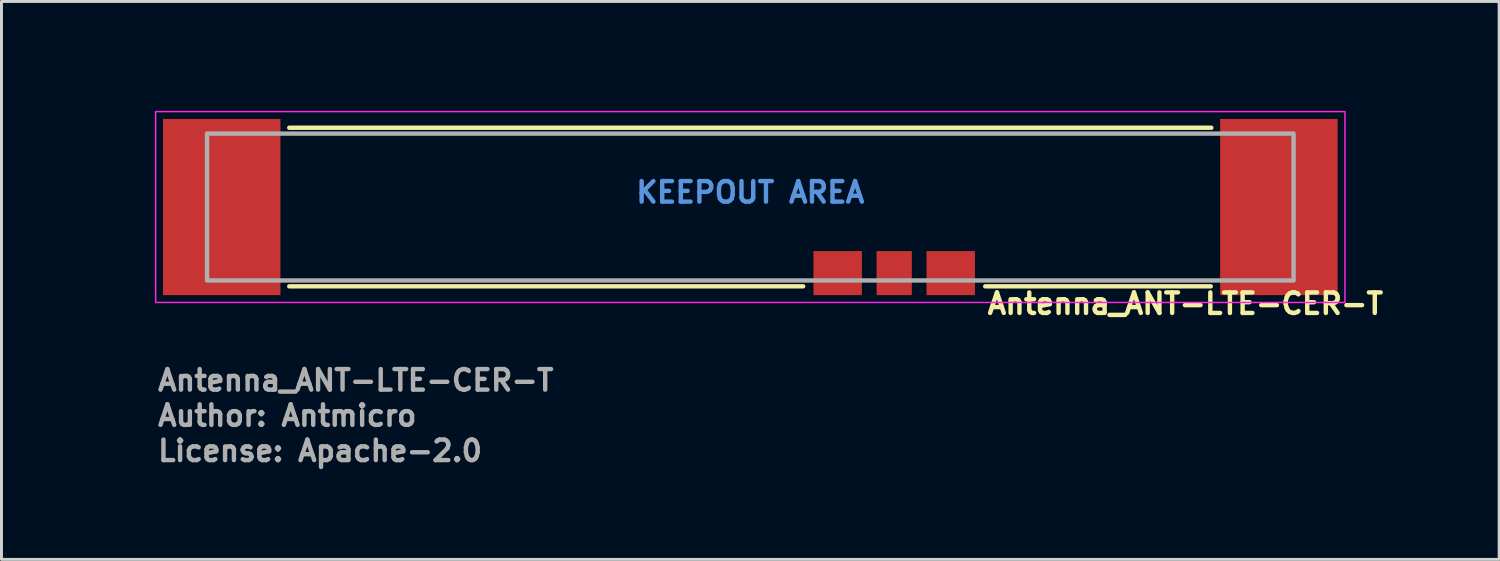
<source format=kicad_pcb>
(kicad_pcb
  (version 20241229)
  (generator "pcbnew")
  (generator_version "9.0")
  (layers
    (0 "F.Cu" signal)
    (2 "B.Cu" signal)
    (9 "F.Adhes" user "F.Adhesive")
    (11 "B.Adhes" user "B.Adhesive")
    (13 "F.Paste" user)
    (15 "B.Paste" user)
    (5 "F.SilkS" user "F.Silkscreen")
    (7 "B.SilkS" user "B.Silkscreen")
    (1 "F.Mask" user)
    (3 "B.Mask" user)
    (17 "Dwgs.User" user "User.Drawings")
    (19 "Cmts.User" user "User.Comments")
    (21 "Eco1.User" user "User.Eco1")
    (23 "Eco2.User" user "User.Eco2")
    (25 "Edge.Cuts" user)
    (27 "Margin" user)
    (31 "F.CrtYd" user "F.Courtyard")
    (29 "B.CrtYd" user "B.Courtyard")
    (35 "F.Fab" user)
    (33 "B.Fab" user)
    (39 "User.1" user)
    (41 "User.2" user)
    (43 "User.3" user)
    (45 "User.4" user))
  (footprint "Antenna_ANT-LTE-CER-T"
    (layer "F.Cu")
    (at 22.5 4)
    (property "Reference" "Antenna_ANT-LTE-CER-T" (at 8 3.7 0) (layer "F.SilkS") (effects (font (size 0.7 0.7) (thickness 0.15)) (justify left bottom)))
    (attr smd)
    (fp_line (start -15.7 -2.7) (end 15.7 -2.7) (stroke (width 0.15) (type solid)) (layer "F.SilkS"))
    (fp_line (start -15.7 2.7) (end 1.8 2.7) (stroke (width 0.15) (type solid)) (layer "F.SilkS"))
    (fp_line (start 15.68 2.7) (end 8 2.7) (stroke (width 0.15) (type solid)) (layer "F.SilkS"))
    (fp_rect (start -20.25 -3.25) (end 20.25 3.25) (stroke (width 0.05) (type solid)) (fill no) (layer "F.CrtYd"))
    (fp_rect (start -18.5 -2.5) (end 18.5 2.5) (stroke (width 0.15) (type solid)) (fill no) (layer "F.Fab"))
    (fp_rect (start -18.5 -2.5) (end 18.5 2.5) (stroke (width 0.15) (type solid)) (fill no) (layer "User.5"))
    (fp_rect (start -18.5 -2.5) (end 18.5 2.5) (stroke (width 0.02) (type solid)) (fill no) (layer "User.9"))
    (fp_text user "KEEPOUT AREA" (at 0 -0.5 0) (unlocked yes) (layer "Cmts.User") (effects (font (size 0.7 0.7) (thickness 0.15))))
    (fp_text user "${REFERENCE}" (at -20.25 6.311 0) (layer "F.Fab") (effects (font (size 0.7 0.7) (thickness 0.15)) (justify left bottom)))
    (fp_text user "Author: Antmicro" (at -20.25 7.511 0) (layer "F.Fab") (effects (font (size 0.7 0.7) (thickness 0.15)) (justify left bottom)))
    (fp_text user "License: Apache-2.0" (at -20.25 8.711 0) (layer "F.Fab") (effects (font (size 0.7 0.7) (thickness 0.15)) (justify left bottom)))
    (pad "1" smd rect (at 4.9 2.25) (size 1.2 1.5) (layers "F.Cu" "F.Mask" "F.Paste"))
    (pad "2" smd rect (at 2.975 2.25) (size 1.65 1.5) (layers "F.Cu" "F.Mask" "F.Paste"))
    (pad "3" smd rect (at 6.825 2.25) (size 1.65 1.5) (layers "F.Cu" "F.Mask" "F.Paste"))
    (pad "MP1" smd rect (at -18 0) (size 4 6) (layers "F.Cu" "F.Mask" "F.Paste"))
    (pad "MP2" smd rect (at 18 0) (size 4 6) (layers "F.Cu" "F.Mask" "F.Paste"))
    (zone (net_name "") (layers "F.Cu" "B.Cu") (name "KEEPOUT") (hatch edge 0.508) (connect_pads) (min_thickness 0.254) (filled_areas_thickness no) (keepout (tracks not_allowed) (vias not_allowed) (pads allowed) (copperpour not_allowed) (footprints not_allowed)) (placement (enabled no)) (fill) (polygon (pts (xy 45 13) (xy 30.25 13) (xy 30.25 5.25) (xy 24.5 5.25) (xy 24.5 13) (xy 0 13) (xy 0 0) (xy 45 0)))))
  (gr_rect
    (start -3 -3)
    (end 48 16)
    (stroke (width 0.1) (type default))
    (fill no)
    (layer "Edge.Cuts")))
</source>
